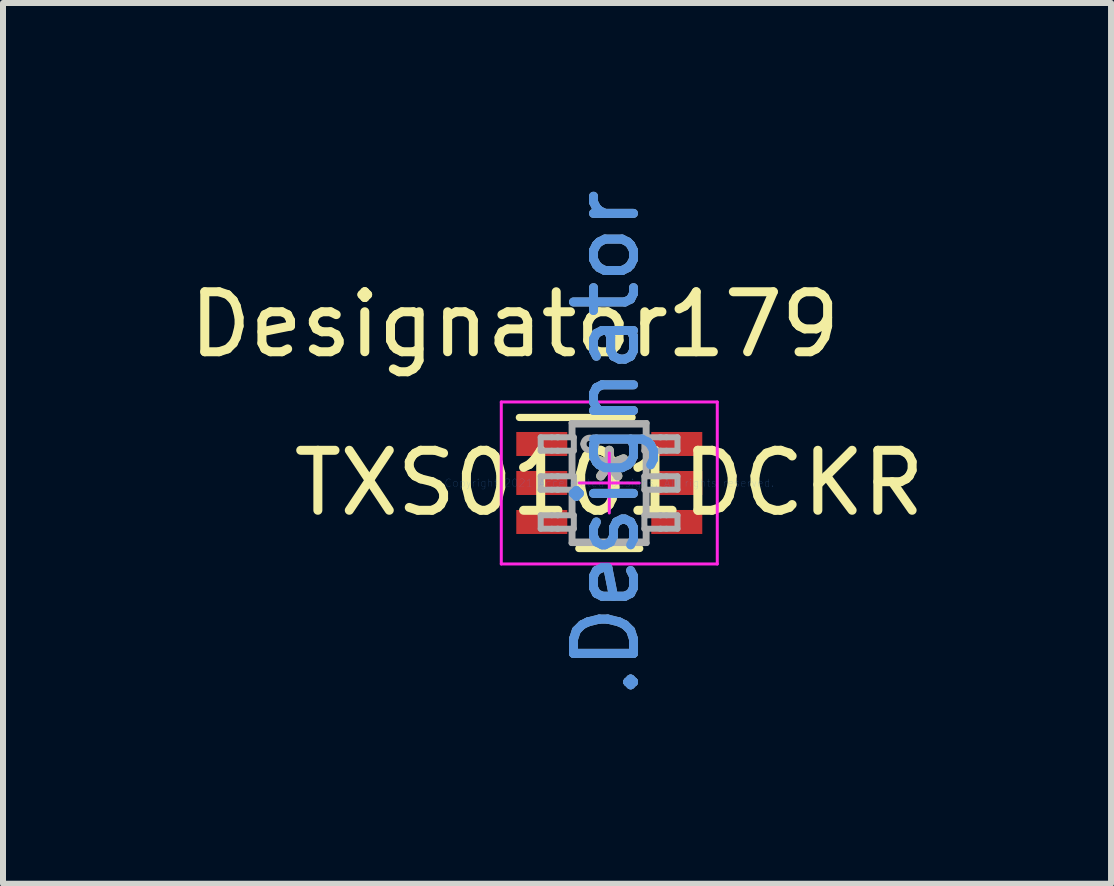
<source format=kicad_pcb>
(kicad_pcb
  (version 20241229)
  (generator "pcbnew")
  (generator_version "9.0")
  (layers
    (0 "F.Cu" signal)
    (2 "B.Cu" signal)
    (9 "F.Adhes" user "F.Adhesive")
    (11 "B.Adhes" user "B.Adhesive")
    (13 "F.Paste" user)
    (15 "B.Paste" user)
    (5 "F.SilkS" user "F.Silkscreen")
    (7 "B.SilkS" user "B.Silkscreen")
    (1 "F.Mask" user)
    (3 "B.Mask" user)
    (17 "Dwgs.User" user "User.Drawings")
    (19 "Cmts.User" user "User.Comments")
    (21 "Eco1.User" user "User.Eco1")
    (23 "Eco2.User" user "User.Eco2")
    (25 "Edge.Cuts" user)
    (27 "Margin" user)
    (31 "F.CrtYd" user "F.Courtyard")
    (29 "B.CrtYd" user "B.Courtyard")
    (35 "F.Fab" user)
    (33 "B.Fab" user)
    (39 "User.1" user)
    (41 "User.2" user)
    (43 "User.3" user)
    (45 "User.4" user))
  (footprint "TXS0101DCKR"
    (layer "F.Cu")
    (at 7.105 5)
    (property "Reference" "TXS0101DCKR" (at 0 0 0) (layer "F.SilkS") (effects (font (size 1 1) (thickness 0.15))))
    (attr through_hole)
    (fp_line (start -1.499 -1.092) (end 0.381 -1.092) (stroke (width 0.12) (type solid)) (layer "F.SilkS"))
    (fp_line (start -0.508 1.092) (end 0.508 1.092) (stroke (width 0.12) (type solid)) (layer "F.SilkS"))
    (fp_line (start -1.8 -1.35) (end 1.8 -1.35) (stroke (width 0.05) (type solid)) (layer "F.CrtYd"))
    (fp_line (start -1.8 1.35) (end -1.8 -1.35) (stroke (width 0.05) (type solid)) (layer "F.CrtYd"))
    (fp_line (start -1.8 1.35) (end 1.8 1.35) (stroke (width 0.05) (type solid)) (layer "F.CrtYd"))
    (fp_line (start -0.5 0) (end 0.5 0) (stroke (width 0.05) (type solid)) (layer "F.CrtYd"))
    (fp_line (start -0.000003 0.5) (end -0.000003 -0.5) (stroke (width 0.05) (type solid)) (layer "F.CrtYd"))
    (fp_line (start 1.8 1.35) (end 1.8 -1.35) (stroke (width 0.05) (type solid)) (layer "F.CrtYd"))
    (fp_line (start -1.143 -0.762) (end -0.959 -0.762) (stroke (width 0.1) (type solid)) (layer "F.Fab"))
    (fp_line (start -1.143 -0.537) (end -1.143 -0.762) (stroke (width 0.1) (type solid)) (layer "F.Fab"))
    (fp_line (start -1.143 -0.537) (end -0.959 -0.537) (stroke (width 0.1) (type solid)) (layer "F.Fab"))
    (fp_line (start -1.143 -0.112) (end -0.959 -0.112) (stroke (width 0.1) (type solid)) (layer "F.Fab"))
    (fp_line (start -1.143 0.113) (end -1.143 -0.112) (stroke (width 0.1) (type solid)) (layer "F.Fab"))
    (fp_line (start -1.143 0.113) (end -0.959 0.113) (stroke (width 0.1) (type solid)) (layer "F.Fab"))
    (fp_line (start -1.143 0.538) (end -0.959 0.538) (stroke (width 0.1) (type solid)) (layer "F.Fab"))
    (fp_line (start -1.143 0.763) (end -1.143 0.538) (stroke (width 0.1) (type solid)) (layer "F.Fab"))
    (fp_line (start -1.143 0.763) (end -0.959 0.763) (stroke (width 0.1) (type solid)) (layer "F.Fab"))
    (fp_line (start -0.959 -0.762) (end -0.865 -0.762) (stroke (width 0.1) (type solid)) (layer "F.Fab"))
    (fp_line (start -0.959 -0.537) (end -0.865 -0.537) (stroke (width 0.1) (type solid)) (layer "F.Fab"))
    (fp_line (start -0.959 -0.112) (end -0.865 -0.112) (stroke (width 0.1) (type solid)) (layer "F.Fab"))
    (fp_line (start -0.959 0.113) (end -0.865 0.113) (stroke (width 0.1) (type solid)) (layer "F.Fab"))
    (fp_line (start -0.959 0.538) (end -0.865 0.538) (stroke (width 0.1) (type solid)) (layer "F.Fab"))
    (fp_line (start -0.959 0.763) (end -0.865 0.763) (stroke (width 0.1) (type solid)) (layer "F.Fab"))
    (fp_line (start -0.865 -0.762) (end -0.853 -0.762) (stroke (width 0.1) (type solid)) (layer "F.Fab"))
    (fp_line (start -0.865 -0.537) (end -0.853 -0.537) (stroke (width 0.1) (type solid)) (layer "F.Fab"))
    (fp_line (start -0.865 -0.112) (end -0.853 -0.112) (stroke (width 0.1) (type solid)) (layer "F.Fab"))
    (fp_line (start -0.865 0.113) (end -0.853 0.113) (stroke (width 0.1) (type solid)) (layer "F.Fab"))
    (fp_line (start -0.865 0.538) (end -0.853 0.538) (stroke (width 0.1) (type solid)) (layer "F.Fab"))
    (fp_line (start -0.865 0.763) (end -0.853 0.763) (stroke (width 0.1) (type solid)) (layer "F.Fab"))
    (fp_line (start -0.853 -0.762) (end -0.628 -0.762) (stroke (width 0.1) (type solid)) (layer "F.Fab"))
    (fp_line (start -0.853 -0.537) (end -0.628 -0.537) (stroke (width 0.1) (type solid)) (layer "F.Fab"))
    (fp_line (start -0.853 -0.112) (end -0.628 -0.112) (stroke (width 0.1) (type solid)) (layer "F.Fab"))
    (fp_line (start -0.853 0.113) (end -0.628 0.113) (stroke (width 0.1) (type solid)) (layer "F.Fab"))
    (fp_line (start -0.853 0.538) (end -0.628 0.538) (stroke (width 0.1) (type solid)) (layer "F.Fab"))
    (fp_line (start -0.853 0.763) (end -0.628 0.763) (stroke (width 0.1) (type solid)) (layer "F.Fab"))
    (fp_line (start -0.628 -0.999) (end 0.622 -0.999) (stroke (width 0.1) (type solid)) (layer "F.Fab"))
    (fp_line (start -0.628 -0.762) (end -0.628 -0.999) (stroke (width 0.1) (type solid)) (layer "F.Fab"))
    (fp_line (start -0.628 -0.762) (end -0.591 -0.762) (stroke (width 0.1) (type solid)) (layer "F.Fab"))
    (fp_line (start -0.628 -0.537) (end -0.591 -0.537) (stroke (width 0.1) (type solid)) (layer "F.Fab"))
    (fp_line (start -0.628 -0.112) (end -0.628 -0.537) (stroke (width 0.1) (type solid)) (layer "F.Fab"))
    (fp_line (start -0.628 -0.112) (end -0.591 -0.112) (stroke (width 0.1) (type solid)) (layer "F.Fab"))
    (fp_line (start -0.628 0.113) (end -0.591 0.113) (stroke (width 0.1) (type solid)) (layer "F.Fab"))
    (fp_line (start -0.628 0.538) (end -0.628 0.113) (stroke (width 0.1) (type solid)) (layer "F.Fab"))
    (fp_line (start -0.628 0.538) (end -0.591 0.538) (stroke (width 0.1) (type solid)) (layer "F.Fab"))
    (fp_line (start -0.628 0.763) (end -0.591 0.763) (stroke (width 0.1) (type solid)) (layer "F.Fab"))
    (fp_line (start -0.628 1.001) (end -0.628 0.763) (stroke (width 0.1) (type solid)) (layer "F.Fab"))
    (fp_line (start -0.628 1.001) (end 0.622 1.001) (stroke (width 0.1) (type solid)) (layer "F.Fab"))
    (fp_line (start -0.613 -0.974) (end 0.607 -0.974) (stroke (width 0.1) (type solid)) (layer "F.Fab"))
    (fp_line (start -0.613 -0.762) (end -0.613 -0.974) (stroke (width 0.1) (type solid)) (layer "F.Fab"))
    (fp_line (start -0.613 -0.112) (end -0.613 -0.537) (stroke (width 0.1) (type solid)) (layer "F.Fab"))
    (fp_line (start -0.613 0.538) (end -0.613 0.113) (stroke (width 0.1) (type solid)) (layer "F.Fab"))
    (fp_line (start -0.613 0.976) (end -0.613 0.763) (stroke (width 0.1) (type solid)) (layer "F.Fab"))
    (fp_line (start -0.613 0.976) (end 0.607 0.976) (stroke (width 0.1) (type solid)) (layer "F.Fab"))
    (fp_line (start -0.591 -0.537) (end -0.591 -0.762) (stroke (width 0.1) (type solid)) (layer "F.Fab"))
    (fp_line (start -0.591 0.113) (end -0.591 -0.112) (stroke (width 0.1) (type solid)) (layer "F.Fab"))
    (fp_line (start -0.591 0.763) (end -0.591 0.538) (stroke (width 0.1) (type solid)) (layer "F.Fab"))
    (fp_line (start 0.585 -0.762) (end 0.622 -0.762) (stroke (width 0.1) (type solid)) (layer "F.Fab"))
    (fp_line (start 0.585 -0.537) (end 0.585 -0.762) (stroke (width 0.1) (type solid)) (layer "F.Fab"))
    (fp_line (start 0.585 -0.537) (end 0.622 -0.537) (stroke (width 0.1) (type solid)) (layer "F.Fab"))
    (fp_line (start 0.585 -0.112) (end 0.622 -0.112) (stroke (width 0.1) (type solid)) (layer "F.Fab"))
    (fp_line (start 0.585 0.113) (end 0.585 -0.112) (stroke (width 0.1) (type solid)) (layer "F.Fab"))
    (fp_line (start 0.585 0.113) (end 0.622 0.113) (stroke (width 0.1) (type solid)) (layer "F.Fab"))
    (fp_line (start 0.585 0.538) (end 0.622 0.538) (stroke (width 0.1) (type solid)) (layer "F.Fab"))
    (fp_line (start 0.585 0.763) (end 0.585 0.538) (stroke (width 0.1) (type solid)) (layer "F.Fab"))
    (fp_line (start 0.585 0.763) (end 0.622 0.763) (stroke (width 0.1) (type solid)) (layer "F.Fab"))
    (fp_line (start 0.607 -0.762) (end 0.607 -0.974) (stroke (width 0.1) (type solid)) (layer "F.Fab"))
    (fp_line (start 0.607 -0.112) (end 0.607 -0.537) (stroke (width 0.1) (type solid)) (layer "F.Fab"))
    (fp_line (start 0.607 0.538) (end 0.607 0.113) (stroke (width 0.1) (type solid)) (layer "F.Fab"))
    (fp_line (start 0.607 0.976) (end 0.607 0.763) (stroke (width 0.1) (type solid)) (layer "F.Fab"))
    (fp_line (start 0.622 -0.762) (end 0.622 -0.999) (stroke (width 0.1) (type solid)) (layer "F.Fab"))
    (fp_line (start 0.622 -0.762) (end 0.847 -0.762) (stroke (width 0.1) (type solid)) (layer "F.Fab"))
    (fp_line (start 0.622 -0.537) (end 0.847 -0.537) (stroke (width 0.1) (type solid)) (layer "F.Fab"))
    (fp_line (start 0.622 -0.112) (end 0.622 -0.537) (stroke (width 0.1) (type solid)) (layer "F.Fab"))
    (fp_line (start 0.622 -0.112) (end 0.847 -0.112) (stroke (width 0.1) (type solid)) (layer "F.Fab"))
    (fp_line (start 0.622 0.113) (end 0.847 0.113) (stroke (width 0.1) (type solid)) (layer "F.Fab"))
    (fp_line (start 0.622 0.538) (end 0.622 0.113) (stroke (width 0.1) (type solid)) (layer "F.Fab"))
    (fp_line (start 0.622 0.538) (end 0.847 0.538) (stroke (width 0.1) (type solid)) (layer "F.Fab"))
    (fp_line (start 0.622 0.763) (end 0.847 0.763) (stroke (width 0.1) (type solid)) (layer "F.Fab"))
    (fp_line (start 0.622 1.001) (end 0.622 0.763) (stroke (width 0.1) (type solid)) (layer "F.Fab"))
    (fp_line (start 0.847 -0.762) (end 0.859 -0.762) (stroke (width 0.1) (type solid)) (layer "F.Fab"))
    (fp_line (start 0.847 -0.537) (end 0.859 -0.537) (stroke (width 0.1) (type solid)) (layer "F.Fab"))
    (fp_line (start 0.847 -0.112) (end 0.859 -0.112) (stroke (width 0.1) (type solid)) (layer "F.Fab"))
    (fp_line (start 0.847 0.113) (end 0.859 0.113) (stroke (width 0.1) (type solid)) (layer "F.Fab"))
    (fp_line (start 0.847 0.538) (end 0.859 0.538) (stroke (width 0.1) (type solid)) (layer "F.Fab"))
    (fp_line (start 0.847 0.763) (end 0.859 0.763) (stroke (width 0.1) (type solid)) (layer "F.Fab"))
    (fp_line (start 0.859 -0.762) (end 0.953 -0.762) (stroke (width 0.1) (type solid)) (layer "F.Fab"))
    (fp_line (start 0.859 -0.537) (end 0.953 -0.537) (stroke (width 0.1) (type solid)) (layer "F.Fab"))
    (fp_line (start 0.859 -0.112) (end 0.953 -0.112) (stroke (width 0.1) (type solid)) (layer "F.Fab"))
    (fp_line (start 0.859 0.113) (end 0.953 0.113) (stroke (width 0.1) (type solid)) (layer "F.Fab"))
    (fp_line (start 0.859 0.538) (end 0.953 0.538) (stroke (width 0.1) (type solid)) (layer "F.Fab"))
    (fp_line (start 0.859 0.763) (end 0.953 0.763) (stroke (width 0.1) (type solid)) (layer "F.Fab"))
    (fp_line (start 0.953 -0.762) (end 1.137 -0.762) (stroke (width 0.1) (type solid)) (layer "F.Fab"))
    (fp_line (start 0.953 -0.537) (end 1.137 -0.537) (stroke (width 0.1) (type solid)) (layer "F.Fab"))
    (fp_line (start 0.953 -0.112) (end 1.137 -0.112) (stroke (width 0.1) (type solid)) (layer "F.Fab"))
    (fp_line (start 0.953 0.113) (end 1.137 0.113) (stroke (width 0.1) (type solid)) (layer "F.Fab"))
    (fp_line (start 0.953 0.538) (end 1.137 0.538) (stroke (width 0.1) (type solid)) (layer "F.Fab"))
    (fp_line (start 0.953 0.763) (end 1.137 0.763) (stroke (width 0.1) (type solid)) (layer "F.Fab"))
    (fp_line (start 1.137 -0.537) (end 1.137 -0.762) (stroke (width 0.1) (type solid)) (layer "F.Fab"))
    (fp_line (start 1.137 0.113) (end 1.137 -0.112) (stroke (width 0.1) (type solid)) (layer "F.Fab"))
    (fp_line (start 1.137 0.763) (end 1.137 0.538) (stroke (width 0.1) (type solid)) (layer "F.Fab"))
    (fp_arc (start -0.431546 -0.650138) (mid -0.323177 -0.758507) (end -0.214808 -0.650138) (stroke (width 0.1) (type solid)) (layer "F.Fab"))
    (fp_arc (start -0.214808 -0.650138) (mid -0.323177 -0.541769) (end -0.431546 -0.650138) (stroke (width 0.1) (type solid)) (layer "F.Fab"))
    (fp_text user "*" (at 0 0 0) (layer "F.SilkS") (effects (font (size 1 1) (thickness 0.15))))
    (fp_text user "Designator179" (at -1.575 -2.642 0) (layer "F.SilkS") (effects (font (size 1 1) (thickness 0.15))))
    (fp_text user ".Designator" (at -0.051 -0.66 270) (layer "Cmts.User") (effects (font (size 1 1) (thickness 0.15))))
    (fp_text user "Copyright 2021 Accelerated Designs. All rights reserved." (at 0 0 0) (layer "Cmts.User") (effects (font (size 0.127 0.127) (thickness 0.002))))
    (fp_text user "*" (at 0 0 0) (layer "F.Fab") (effects (font (size 1 1) (thickness 0.15))))
    (fp_text user ".Designator" (at -0.051 -0.66 270) (layer "F.Fab") (effects (font (size 1 1) (thickness 0.15))))
    (pad "1" smd rect (at -1.125 -0.65 90) (size 0.4 0.85) (layers "F.Cu" "F.Mask" "F.Paste"))
    (pad "2" smd rect (at -1.125 0 90) (size 0.4 0.85) (layers "F.Cu" "F.Mask" "F.Paste"))
    (pad "3" smd rect (at -1.125 0.65 90) (size 0.4 0.85) (layers "F.Cu" "F.Mask" "F.Paste"))
    (pad "4" smd rect (at 1.125 0.65 90) (size 0.4 0.85) (layers "F.Cu" "F.Mask" "F.Paste"))
    (pad "5" smd rect (at 1.125 0 90) (size 0.4 0.85) (layers "F.Cu" "F.Mask" "F.Paste"))
    (pad "6" smd rect (at 1.125 -0.65 90) (size 0.4 0.85) (layers "F.Cu" "F.Mask" "F.Paste")))
  (gr_rect
    (start -3 -3)
    (end 15.468 11.679)
    (stroke (width 0.1) (type default))
    (fill no)
    (layer "Edge.Cuts")))
</source>
